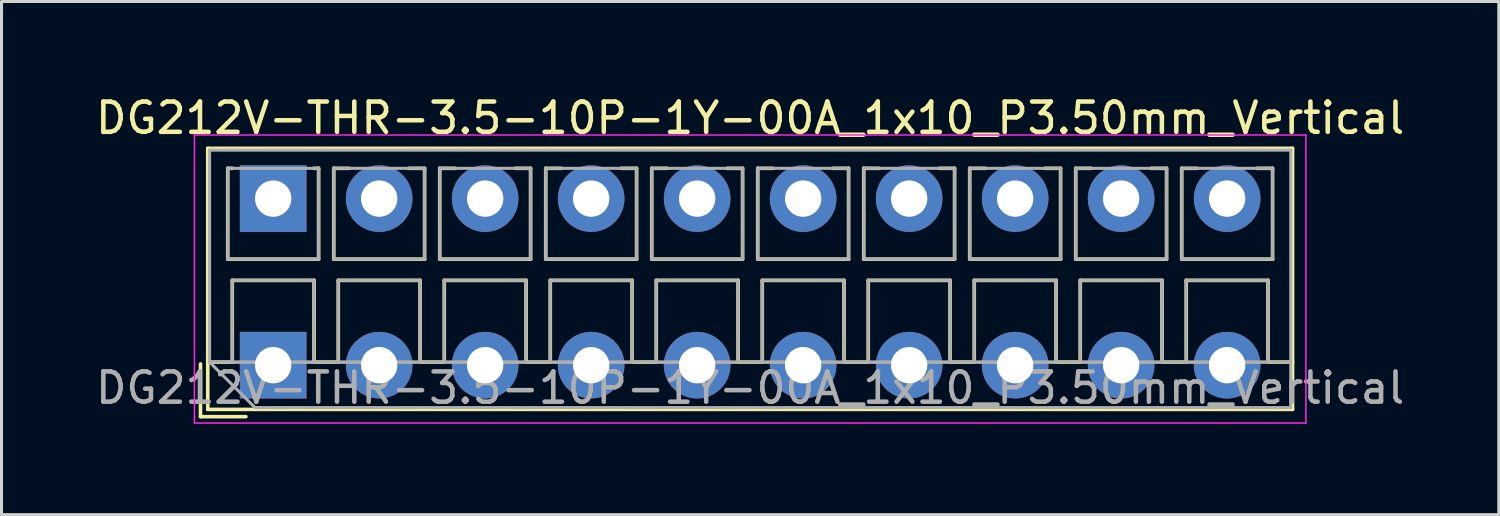
<source format=kicad_pcb>
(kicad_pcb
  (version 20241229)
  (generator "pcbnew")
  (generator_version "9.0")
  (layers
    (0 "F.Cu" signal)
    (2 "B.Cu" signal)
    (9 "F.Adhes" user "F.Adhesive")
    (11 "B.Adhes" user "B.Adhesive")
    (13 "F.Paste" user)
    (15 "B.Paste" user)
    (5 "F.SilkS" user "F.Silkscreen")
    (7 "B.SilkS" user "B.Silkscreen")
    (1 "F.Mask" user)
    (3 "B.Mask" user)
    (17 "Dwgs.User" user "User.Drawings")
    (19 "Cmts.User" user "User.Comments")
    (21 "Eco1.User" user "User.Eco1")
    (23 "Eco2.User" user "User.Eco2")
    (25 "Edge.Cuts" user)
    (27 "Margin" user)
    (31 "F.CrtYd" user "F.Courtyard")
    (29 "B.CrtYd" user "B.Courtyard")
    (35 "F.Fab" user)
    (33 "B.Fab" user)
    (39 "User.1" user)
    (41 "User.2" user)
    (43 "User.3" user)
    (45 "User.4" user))
  (footprint "DG212V-THR-3.5-10P-1Y-00A_1x10_P3.50mm_Vertical"
    (layer "F.Cu")
    (at 5.97 9.008)
    (property "Reference" "DG212V-THR-3.5-10P-1Y-00A_1x10_P3.50mm_Vertical" (at 15.75 -8.16 0) (layer "F.SilkS") (effects (font (size 1 1) (thickness 0.15))))
    (attr through_hole)
    (fp_line (start -2.4 -0.04) (end -2.4 1.7) (stroke (width 0.12) (type solid)) (layer "F.SilkS"))
    (fp_line (start -2.4 1.7) (end -0.9 1.7) (stroke (width 0.12) (type solid)) (layer "F.SilkS"))
    (fp_line (start -2.16 -7.16) (end -2.16 1.46) (stroke (width 0.12) (type solid)) (layer "F.SilkS"))
    (fp_line (start -2.16 -7.16) (end 33.66 -7.16) (stroke (width 0.12) (type solid)) (layer "F.SilkS"))
    (fp_line (start -2.16 -0.1) (end -1.34 -0.1) (stroke (width 0.12) (type solid)) (layer "F.SilkS"))
    (fp_line (start -2.16 1.46) (end 33.66 1.46) (stroke (width 0.12) (type solid)) (layer "F.SilkS"))
    (fp_line (start -1.5 -6.5) (end -1.5 -3.5) (stroke (width 0.12) (type solid)) (layer "F.SilkS"))
    (fp_line (start -1.5 -6.5) (end -1.34 -6.5) (stroke (width 0.12) (type solid)) (layer "F.SilkS"))
    (fp_line (start -1.5 -3.5) (end 1.5 -3.5) (stroke (width 0.12) (type solid)) (layer "F.SilkS"))
    (fp_line (start -1.35 -2.8) (end -1.35 -0.1) (stroke (width 0.12) (type solid)) (layer "F.SilkS"))
    (fp_line (start -1.35 -2.8) (end 1.35 -2.8) (stroke (width 0.12) (type solid)) (layer "F.SilkS"))
    (fp_line (start -1.35 -0.1) (end -1.34 -0.1) (stroke (width 0.12) (type solid)) (layer "F.SilkS"))
    (fp_line (start 1.34 -6.5) (end 1.5 -6.5) (stroke (width 0.12) (type solid)) (layer "F.SilkS"))
    (fp_line (start 1.34 -0.1) (end 1.35 -0.1) (stroke (width 0.12) (type solid)) (layer "F.SilkS"))
    (fp_line (start 1.34 -0.1) (end 2.148 -0.1) (stroke (width 0.12) (type solid)) (layer "F.SilkS"))
    (fp_line (start 1.35 -2.8) (end 1.35 -0.1) (stroke (width 0.12) (type solid)) (layer "F.SilkS"))
    (fp_line (start 1.5 -6.5) (end 1.5 -3.5) (stroke (width 0.12) (type solid)) (layer "F.SilkS"))
    (fp_line (start 2 -6.5) (end 2 -3.5) (stroke (width 0.12) (type solid)) (layer "F.SilkS"))
    (fp_line (start 2 -6.5) (end 2.512 -6.5) (stroke (width 0.12) (type solid)) (layer "F.SilkS"))
    (fp_line (start 2 -3.5) (end 5 -3.5) (stroke (width 0.12) (type solid)) (layer "F.SilkS"))
    (fp_line (start 2.15 -2.8) (end 2.15 -0.183) (stroke (width 0.12) (type solid)) (layer "F.SilkS"))
    (fp_line (start 2.15 -2.8) (end 4.85 -2.8) (stroke (width 0.12) (type solid)) (layer "F.SilkS"))
    (fp_line (start 4.489 -6.5) (end 5 -6.5) (stroke (width 0.12) (type solid)) (layer "F.SilkS"))
    (fp_line (start 4.85 -2.8) (end 4.85 -0.183) (stroke (width 0.12) (type solid)) (layer "F.SilkS"))
    (fp_line (start 4.853 -0.1) (end 5.648 -0.1) (stroke (width 0.12) (type solid)) (layer "F.SilkS"))
    (fp_line (start 5 -6.5) (end 5 -3.5) (stroke (width 0.12) (type solid)) (layer "F.SilkS"))
    (fp_line (start 5.5 -6.5) (end 5.5 -3.5) (stroke (width 0.12) (type solid)) (layer "F.SilkS"))
    (fp_line (start 5.5 -6.5) (end 6.012 -6.5) (stroke (width 0.12) (type solid)) (layer "F.SilkS"))
    (fp_line (start 5.5 -3.5) (end 8.5 -3.5) (stroke (width 0.12) (type solid)) (layer "F.SilkS"))
    (fp_line (start 5.65 -2.8) (end 5.65 -0.183) (stroke (width 0.12) (type solid)) (layer "F.SilkS"))
    (fp_line (start 5.65 -2.8) (end 8.351 -2.8) (stroke (width 0.12) (type solid)) (layer "F.SilkS"))
    (fp_line (start 7.989 -6.5) (end 8.5 -6.5) (stroke (width 0.12) (type solid)) (layer "F.SilkS"))
    (fp_line (start 8.351 -2.8) (end 8.351 -0.183) (stroke (width 0.12) (type solid)) (layer "F.SilkS"))
    (fp_line (start 8.353 -0.1) (end 9.148 -0.1) (stroke (width 0.12) (type solid)) (layer "F.SilkS"))
    (fp_line (start 8.5 -6.5) (end 8.5 -3.5) (stroke (width 0.12) (type solid)) (layer "F.SilkS"))
    (fp_line (start 9 -6.5) (end 9 -3.5) (stroke (width 0.12) (type solid)) (layer "F.SilkS"))
    (fp_line (start 9 -6.5) (end 9.512 -6.5) (stroke (width 0.12) (type solid)) (layer "F.SilkS"))
    (fp_line (start 9 -3.5) (end 12 -3.5) (stroke (width 0.12) (type solid)) (layer "F.SilkS"))
    (fp_line (start 9.15 -2.8) (end 9.15 -0.183) (stroke (width 0.12) (type solid)) (layer "F.SilkS"))
    (fp_line (start 9.15 -2.8) (end 11.851 -2.8) (stroke (width 0.12) (type solid)) (layer "F.SilkS"))
    (fp_line (start 11.489 -6.5) (end 12 -6.5) (stroke (width 0.12) (type solid)) (layer "F.SilkS"))
    (fp_line (start 11.851 -2.8) (end 11.851 -0.183) (stroke (width 0.12) (type solid)) (layer "F.SilkS"))
    (fp_line (start 11.853 -0.1) (end 12.648 -0.1) (stroke (width 0.12) (type solid)) (layer "F.SilkS"))
    (fp_line (start 12 -6.5) (end 12 -3.5) (stroke (width 0.12) (type solid)) (layer "F.SilkS"))
    (fp_line (start 12.5 -6.5) (end 12.5 -3.5) (stroke (width 0.12) (type solid)) (layer "F.SilkS"))
    (fp_line (start 12.5 -6.5) (end 13.012 -6.5) (stroke (width 0.12) (type solid)) (layer "F.SilkS"))
    (fp_line (start 12.5 -3.5) (end 15.5 -3.5) (stroke (width 0.12) (type solid)) (layer "F.SilkS"))
    (fp_line (start 12.65 -2.8) (end 12.65 -0.183) (stroke (width 0.12) (type solid)) (layer "F.SilkS"))
    (fp_line (start 12.65 -2.8) (end 15.351 -2.8) (stroke (width 0.12) (type solid)) (layer "F.SilkS"))
    (fp_line (start 14.989 -6.5) (end 15.5 -6.5) (stroke (width 0.12) (type solid)) (layer "F.SilkS"))
    (fp_line (start 15.351 -2.8) (end 15.351 -0.183) (stroke (width 0.12) (type solid)) (layer "F.SilkS"))
    (fp_line (start 15.353 -0.1) (end 16.148 -0.1) (stroke (width 0.12) (type solid)) (layer "F.SilkS"))
    (fp_line (start 15.5 -6.5) (end 15.5 -3.5) (stroke (width 0.12) (type solid)) (layer "F.SilkS"))
    (fp_line (start 16 -6.5) (end 16 -3.5) (stroke (width 0.12) (type solid)) (layer "F.SilkS"))
    (fp_line (start 16 -6.5) (end 16.512 -6.5) (stroke (width 0.12) (type solid)) (layer "F.SilkS"))
    (fp_line (start 16 -3.5) (end 19 -3.5) (stroke (width 0.12) (type solid)) (layer "F.SilkS"))
    (fp_line (start 16.15 -2.8) (end 16.15 -0.183) (stroke (width 0.12) (type solid)) (layer "F.SilkS"))
    (fp_line (start 16.15 -2.8) (end 18.85 -2.8) (stroke (width 0.12) (type solid)) (layer "F.SilkS"))
    (fp_line (start 18.489 -6.5) (end 19 -6.5) (stroke (width 0.12) (type solid)) (layer "F.SilkS"))
    (fp_line (start 18.85 -2.8) (end 18.85 -0.183) (stroke (width 0.12) (type solid)) (layer "F.SilkS"))
    (fp_line (start 18.853 -0.1) (end 19.648 -0.1) (stroke (width 0.12) (type solid)) (layer "F.SilkS"))
    (fp_line (start 19 -6.5) (end 19 -3.5) (stroke (width 0.12) (type solid)) (layer "F.SilkS"))
    (fp_line (start 19.5 -6.5) (end 19.5 -3.5) (stroke (width 0.12) (type solid)) (layer "F.SilkS"))
    (fp_line (start 19.5 -6.5) (end 20.012 -6.5) (stroke (width 0.12) (type solid)) (layer "F.SilkS"))
    (fp_line (start 19.5 -3.5) (end 22.5 -3.5) (stroke (width 0.12) (type solid)) (layer "F.SilkS"))
    (fp_line (start 19.65 -2.8) (end 19.65 -0.183) (stroke (width 0.12) (type solid)) (layer "F.SilkS"))
    (fp_line (start 19.65 -2.8) (end 22.35 -2.8) (stroke (width 0.12) (type solid)) (layer "F.SilkS"))
    (fp_line (start 21.989 -6.5) (end 22.5 -6.5) (stroke (width 0.12) (type solid)) (layer "F.SilkS"))
    (fp_line (start 22.35 -2.8) (end 22.35 -0.183) (stroke (width 0.12) (type solid)) (layer "F.SilkS"))
    (fp_line (start 22.353 -0.1) (end 23.148 -0.1) (stroke (width 0.12) (type solid)) (layer "F.SilkS"))
    (fp_line (start 22.5 -6.5) (end 22.5 -3.5) (stroke (width 0.12) (type solid)) (layer "F.SilkS"))
    (fp_line (start 23 -6.5) (end 23 -3.5) (stroke (width 0.12) (type solid)) (layer "F.SilkS"))
    (fp_line (start 23 -6.5) (end 23.512 -6.5) (stroke (width 0.12) (type solid)) (layer "F.SilkS"))
    (fp_line (start 23 -3.5) (end 26 -3.5) (stroke (width 0.12) (type solid)) (layer "F.SilkS"))
    (fp_line (start 23.15 -2.8) (end 23.15 -0.183) (stroke (width 0.12) (type solid)) (layer "F.SilkS"))
    (fp_line (start 23.15 -2.8) (end 25.85 -2.8) (stroke (width 0.12) (type solid)) (layer "F.SilkS"))
    (fp_line (start 25.489 -6.5) (end 26 -6.5) (stroke (width 0.12) (type solid)) (layer "F.SilkS"))
    (fp_line (start 25.85 -2.8) (end 25.85 -0.183) (stroke (width 0.12) (type solid)) (layer "F.SilkS"))
    (fp_line (start 25.853 -0.1) (end 26.648 -0.1) (stroke (width 0.12) (type solid)) (layer "F.SilkS"))
    (fp_line (start 26 -6.5) (end 26 -3.5) (stroke (width 0.12) (type solid)) (layer "F.SilkS"))
    (fp_line (start 26.5 -6.5) (end 26.5 -3.5) (stroke (width 0.12) (type solid)) (layer "F.SilkS"))
    (fp_line (start 26.5 -6.5) (end 27.012 -6.5) (stroke (width 0.12) (type solid)) (layer "F.SilkS"))
    (fp_line (start 26.5 -3.5) (end 29.5 -3.5) (stroke (width 0.12) (type solid)) (layer "F.SilkS"))
    (fp_line (start 26.65 -2.8) (end 26.65 -0.183) (stroke (width 0.12) (type solid)) (layer "F.SilkS"))
    (fp_line (start 26.65 -2.8) (end 29.35 -2.8) (stroke (width 0.12) (type solid)) (layer "F.SilkS"))
    (fp_line (start 28.989 -6.5) (end 29.5 -6.5) (stroke (width 0.12) (type solid)) (layer "F.SilkS"))
    (fp_line (start 29.35 -2.8) (end 29.35 -0.183) (stroke (width 0.12) (type solid)) (layer "F.SilkS"))
    (fp_line (start 29.353 -0.1) (end 30.148 -0.1) (stroke (width 0.12) (type solid)) (layer "F.SilkS"))
    (fp_line (start 29.5 -6.5) (end 29.5 -3.5) (stroke (width 0.12) (type solid)) (layer "F.SilkS"))
    (fp_line (start 30 -6.5) (end 30 -3.5) (stroke (width 0.12) (type solid)) (layer "F.SilkS"))
    (fp_line (start 30 -6.5) (end 30.512 -6.5) (stroke (width 0.12) (type solid)) (layer "F.SilkS"))
    (fp_line (start 30 -3.5) (end 33 -3.5) (stroke (width 0.12) (type solid)) (layer "F.SilkS"))
    (fp_line (start 30.15 -2.8) (end 30.15 -0.183) (stroke (width 0.12) (type solid)) (layer "F.SilkS"))
    (fp_line (start 30.15 -2.8) (end 32.85 -2.8) (stroke (width 0.12) (type solid)) (layer "F.SilkS"))
    (fp_line (start 32.489 -6.5) (end 33 -6.5) (stroke (width 0.12) (type solid)) (layer "F.SilkS"))
    (fp_line (start 32.85 -2.8) (end 32.85 -0.183) (stroke (width 0.12) (type solid)) (layer "F.SilkS"))
    (fp_line (start 32.853 -0.1) (end 33.66 -0.1) (stroke (width 0.12) (type solid)) (layer "F.SilkS"))
    (fp_line (start 33 -6.5) (end 33 -3.5) (stroke (width 0.12) (type solid)) (layer "F.SilkS"))
    (fp_line (start 33.66 -7.16) (end 33.66 1.46) (stroke (width 0.12) (type solid)) (layer "F.SilkS"))
    (fp_line (start -2.6 -7.6) (end -2.6 1.91) (stroke (width 0.05) (type solid)) (layer "F.CrtYd"))
    (fp_line (start -2.6 1.91) (end 34.1 1.91) (stroke (width 0.05) (type solid)) (layer "F.CrtYd"))
    (fp_line (start 34.1 -7.6) (end -2.6 -7.6) (stroke (width 0.05) (type solid)) (layer "F.CrtYd"))
    (fp_line (start 34.1 1.91) (end 34.1 -7.6) (stroke (width 0.05) (type solid)) (layer "F.CrtYd"))
    (fp_line (start -2.1 -7.1) (end 33.6 -7.1) (stroke (width 0.1) (type solid)) (layer "F.Fab"))
    (fp_line (start -2.1 -0.1) (end -2.1 -7.1) (stroke (width 0.1) (type solid)) (layer "F.Fab"))
    (fp_line (start -2.1 -0.1) (end 33.6 -0.1) (stroke (width 0.1) (type solid)) (layer "F.Fab"))
    (fp_line (start -1.5 -6.5) (end -1.5 -3.5) (stroke (width 0.1) (type solid)) (layer "F.Fab"))
    (fp_line (start -1.5 -3.5) (end 1.5 -3.5) (stroke (width 0.1) (type solid)) (layer "F.Fab"))
    (fp_line (start -1.35 -2.8) (end -1.35 -0.1) (stroke (width 0.1) (type solid)) (layer "F.Fab"))
    (fp_line (start -1.35 -0.1) (end 1.35 -0.1) (stroke (width 0.1) (type solid)) (layer "F.Fab"))
    (fp_line (start -0.6 1.4) (end -2.1 -0.1) (stroke (width 0.1) (type solid)) (layer "F.Fab"))
    (fp_line (start 1.35 -2.8) (end -1.35 -2.8) (stroke (width 0.1) (type solid)) (layer "F.Fab"))
    (fp_line (start 1.35 -0.1) (end 1.35 -2.8) (stroke (width 0.1) (type solid)) (layer "F.Fab"))
    (fp_line (start 1.5 -6.5) (end -1.5 -6.5) (stroke (width 0.1) (type solid)) (layer "F.Fab"))
    (fp_line (start 1.5 -3.5) (end 1.5 -6.5) (stroke (width 0.1) (type solid)) (layer "F.Fab"))
    (fp_line (start 2 -6.5) (end 2 -3.5) (stroke (width 0.1) (type solid)) (layer "F.Fab"))
    (fp_line (start 2 -3.5) (end 5 -3.5) (stroke (width 0.1) (type solid)) (layer "F.Fab"))
    (fp_line (start 2.15 -2.8) (end 2.15 -0.1) (stroke (width 0.1) (type solid)) (layer "F.Fab"))
    (fp_line (start 2.15 -0.1) (end 4.85 -0.1) (stroke (width 0.1) (type solid)) (layer "F.Fab"))
    (fp_line (start 4.85 -2.8) (end 2.15 -2.8) (stroke (width 0.1) (type solid)) (layer "F.Fab"))
    (fp_line (start 4.85 -0.1) (end 4.85 -2.8) (stroke (width 0.1) (type solid)) (layer "F.Fab"))
    (fp_line (start 5 -6.5) (end 2 -6.5) (stroke (width 0.1) (type solid)) (layer "F.Fab"))
    (fp_line (start 5 -3.5) (end 5 -6.5) (stroke (width 0.1) (type solid)) (layer "F.Fab"))
    (fp_line (start 5.5 -6.5) (end 5.5 -3.5) (stroke (width 0.1) (type solid)) (layer "F.Fab"))
    (fp_line (start 5.5 -3.5) (end 8.5 -3.5) (stroke (width 0.1) (type solid)) (layer "F.Fab"))
    (fp_line (start 5.65 -2.8) (end 5.65 -0.1) (stroke (width 0.1) (type solid)) (layer "F.Fab"))
    (fp_line (start 5.65 -0.1) (end 8.351 -0.1) (stroke (width 0.1) (type solid)) (layer "F.Fab"))
    (fp_line (start 8.351 -2.8) (end 5.65 -2.8) (stroke (width 0.1) (type solid)) (layer "F.Fab"))
    (fp_line (start 8.351 -0.1) (end 8.351 -2.8) (stroke (width 0.1) (type solid)) (layer "F.Fab"))
    (fp_line (start 8.5 -6.5) (end 5.5 -6.5) (stroke (width 0.1) (type solid)) (layer "F.Fab"))
    (fp_line (start 8.5 -3.5) (end 8.5 -6.5) (stroke (width 0.1) (type solid)) (layer "F.Fab"))
    (fp_line (start 9 -6.5) (end 9 -3.5) (stroke (width 0.1) (type solid)) (layer "F.Fab"))
    (fp_line (start 9 -3.5) (end 12 -3.5) (stroke (width 0.1) (type solid)) (layer "F.Fab"))
    (fp_line (start 9.15 -2.8) (end 9.15 -0.1) (stroke (width 0.1) (type solid)) (layer "F.Fab"))
    (fp_line (start 9.15 -0.1) (end 11.851 -0.1) (stroke (width 0.1) (type solid)) (layer "F.Fab"))
    (fp_line (start 11.851 -2.8) (end 9.15 -2.8) (stroke (width 0.1) (type solid)) (layer "F.Fab"))
    (fp_line (start 11.851 -0.1) (end 11.851 -2.8) (stroke (width 0.1) (type solid)) (layer "F.Fab"))
    (fp_line (start 12 -6.5) (end 9 -6.5) (stroke (width 0.1) (type solid)) (layer "F.Fab"))
    (fp_line (start 12 -3.5) (end 12 -6.5) (stroke (width 0.1) (type solid)) (layer "F.Fab"))
    (fp_line (start 12.5 -6.5) (end 12.5 -3.5) (stroke (width 0.1) (type solid)) (layer "F.Fab"))
    (fp_line (start 12.5 -3.5) (end 15.5 -3.5) (stroke (width 0.1) (type solid)) (layer "F.Fab"))
    (fp_line (start 12.65 -2.8) (end 12.65 -0.1) (stroke (width 0.1) (type solid)) (layer "F.Fab"))
    (fp_line (start 12.65 -0.1) (end 15.351 -0.1) (stroke (width 0.1) (type solid)) (layer "F.Fab"))
    (fp_line (start 15.351 -2.8) (end 12.65 -2.8) (stroke (width 0.1) (type solid)) (layer "F.Fab"))
    (fp_line (start 15.351 -0.1) (end 15.351 -2.8) (stroke (width 0.1) (type solid)) (layer "F.Fab"))
    (fp_line (start 15.5 -6.5) (end 12.5 -6.5) (stroke (width 0.1) (type solid)) (layer "F.Fab"))
    (fp_line (start 15.5 -3.5) (end 15.5 -6.5) (stroke (width 0.1) (type solid)) (layer "F.Fab"))
    (fp_line (start 16 -6.5) (end 16 -3.5) (stroke (width 0.1) (type solid)) (layer "F.Fab"))
    (fp_line (start 16 -3.5) (end 19 -3.5) (stroke (width 0.1) (type solid)) (layer "F.Fab"))
    (fp_line (start 16.15 -2.8) (end 16.15 -0.1) (stroke (width 0.1) (type solid)) (layer "F.Fab"))
    (fp_line (start 16.15 -0.1) (end 18.85 -0.1) (stroke (width 0.1) (type solid)) (layer "F.Fab"))
    (fp_line (start 18.85 -2.8) (end 16.15 -2.8) (stroke (width 0.1) (type solid)) (layer "F.Fab"))
    (fp_line (start 18.85 -0.1) (end 18.85 -2.8) (stroke (width 0.1) (type solid)) (layer "F.Fab"))
    (fp_line (start 19 -6.5) (end 16 -6.5) (stroke (width 0.1) (type solid)) (layer "F.Fab"))
    (fp_line (start 19 -3.5) (end 19 -6.5) (stroke (width 0.1) (type solid)) (layer "F.Fab"))
    (fp_line (start 19.5 -6.5) (end 19.5 -3.5) (stroke (width 0.1) (type solid)) (layer "F.Fab"))
    (fp_line (start 19.5 -3.5) (end 22.5 -3.5) (stroke (width 0.1) (type solid)) (layer "F.Fab"))
    (fp_line (start 19.65 -2.8) (end 19.65 -0.1) (stroke (width 0.1) (type solid)) (layer "F.Fab"))
    (fp_line (start 19.65 -0.1) (end 22.35 -0.1) (stroke (width 0.1) (type solid)) (layer "F.Fab"))
    (fp_line (start 22.35 -2.8) (end 19.65 -2.8) (stroke (width 0.1) (type solid)) (layer "F.Fab"))
    (fp_line (start 22.35 -0.1) (end 22.35 -2.8) (stroke (width 0.1) (type solid)) (layer "F.Fab"))
    (fp_line (start 22.5 -6.5) (end 19.5 -6.5) (stroke (width 0.1) (type solid)) (layer "F.Fab"))
    (fp_line (start 22.5 -3.5) (end 22.5 -6.5) (stroke (width 0.1) (type solid)) (layer "F.Fab"))
    (fp_line (start 23 -6.5) (end 23 -3.5) (stroke (width 0.1) (type solid)) (layer "F.Fab"))
    (fp_line (start 23 -3.5) (end 26 -3.5) (stroke (width 0.1) (type solid)) (layer "F.Fab"))
    (fp_line (start 23.15 -2.8) (end 23.15 -0.1) (stroke (width 0.1) (type solid)) (layer "F.Fab"))
    (fp_line (start 23.15 -0.1) (end 25.85 -0.1) (stroke (width 0.1) (type solid)) (layer "F.Fab"))
    (fp_line (start 25.85 -2.8) (end 23.15 -2.8) (stroke (width 0.1) (type solid)) (layer "F.Fab"))
    (fp_line (start 25.85 -0.1) (end 25.85 -2.8) (stroke (width 0.1) (type solid)) (layer "F.Fab"))
    (fp_line (start 26 -6.5) (end 23 -6.5) (stroke (width 0.1) (type solid)) (layer "F.Fab"))
    (fp_line (start 26 -3.5) (end 26 -6.5) (stroke (width 0.1) (type solid)) (layer "F.Fab"))
    (fp_line (start 26.5 -6.5) (end 26.5 -3.5) (stroke (width 0.1) (type solid)) (layer "F.Fab"))
    (fp_line (start 26.5 -3.5) (end 29.5 -3.5) (stroke (width 0.1) (type solid)) (layer "F.Fab"))
    (fp_line (start 26.65 -2.8) (end 26.65 -0.1) (stroke (width 0.1) (type solid)) (layer "F.Fab"))
    (fp_line (start 26.65 -0.1) (end 29.35 -0.1) (stroke (width 0.1) (type solid)) (layer "F.Fab"))
    (fp_line (start 29.35 -2.8) (end 26.65 -2.8) (stroke (width 0.1) (type solid)) (layer "F.Fab"))
    (fp_line (start 29.35 -0.1) (end 29.35 -2.8) (stroke (width 0.1) (type solid)) (layer "F.Fab"))
    (fp_line (start 29.5 -6.5) (end 26.5 -6.5) (stroke (width 0.1) (type solid)) (layer "F.Fab"))
    (fp_line (start 29.5 -3.5) (end 29.5 -6.5) (stroke (width 0.1) (type solid)) (layer "F.Fab"))
    (fp_line (start 30 -6.5) (end 30 -3.5) (stroke (width 0.1) (type solid)) (layer "F.Fab"))
    (fp_line (start 30 -3.5) (end 33 -3.5) (stroke (width 0.1) (type solid)) (layer "F.Fab"))
    (fp_line (start 30.15 -2.8) (end 30.15 -0.1) (stroke (width 0.1) (type solid)) (layer "F.Fab"))
    (fp_line (start 30.15 -0.1) (end 32.85 -0.1) (stroke (width 0.1) (type solid)) (layer "F.Fab"))
    (fp_line (start 32.85 -2.8) (end 30.15 -2.8) (stroke (width 0.1) (type solid)) (layer "F.Fab"))
    (fp_line (start 32.85 -0.1) (end 32.85 -2.8) (stroke (width 0.1) (type solid)) (layer "F.Fab"))
    (fp_line (start 33 -6.5) (end 30 -6.5) (stroke (width 0.1) (type solid)) (layer "F.Fab"))
    (fp_line (start 33 -3.5) (end 33 -6.5) (stroke (width 0.1) (type solid)) (layer "F.Fab"))
    (fp_line (start 33.6 -7.1) (end 33.6 1.4) (stroke (width 0.1) (type solid)) (layer "F.Fab"))
    (fp_line (start 33.6 1.4) (end -0.6 1.4) (stroke (width 0.1) (type solid)) (layer "F.Fab"))
    (fp_text user "${REFERENCE}" (at 15.75 0.75 0) (layer "F.Fab") (effects (font (size 1 1) (thickness 0.15))))
    (pad "1" thru_hole rect (at 0 -5.5) (size 2.2 2.2) (drill 1.2) (layers "*.Cu" "*.Mask"))
    (pad "1" thru_hole rect (at 0 0) (size 2.2 2.2) (drill 1.2) (layers "*.Cu" "*.Mask"))
    (pad "2" thru_hole circle (at 3.5 -5.5) (size 2.2 2.2) (drill 1.2) (layers "*.Cu" "*.Mask"))
    (pad "2" thru_hole circle (at 3.5 0) (size 2.2 2.2) (drill 1.2) (layers "*.Cu" "*.Mask"))
    (pad "3" thru_hole circle (at 7 -5.5) (size 2.2 2.2) (drill 1.2) (layers "*.Cu" "*.Mask"))
    (pad "3" thru_hole circle (at 7 0) (size 2.2 2.2) (drill 1.2) (layers "*.Cu" "*.Mask"))
    (pad "4" thru_hole circle (at 10.5 -5.5) (size 2.2 2.2) (drill 1.2) (layers "*.Cu" "*.Mask"))
    (pad "4" thru_hole circle (at 10.5 0) (size 2.2 2.2) (drill 1.2) (layers "*.Cu" "*.Mask"))
    (pad "5" thru_hole circle (at 14 -5.5) (size 2.2 2.2) (drill 1.2) (layers "*.Cu" "*.Mask"))
    (pad "5" thru_hole circle (at 14 0) (size 2.2 2.2) (drill 1.2) (layers "*.Cu" "*.Mask"))
    (pad "6" thru_hole circle (at 17.5 -5.5) (size 2.2 2.2) (drill 1.2) (layers "*.Cu" "*.Mask"))
    (pad "6" thru_hole circle (at 17.5 0) (size 2.2 2.2) (drill 1.2) (layers "*.Cu" "*.Mask"))
    (pad "7" thru_hole circle (at 21 -5.5) (size 2.2 2.2) (drill 1.2) (layers "*.Cu" "*.Mask"))
    (pad "7" thru_hole circle (at 21 0) (size 2.2 2.2) (drill 1.2) (layers "*.Cu" "*.Mask"))
    (pad "8" thru_hole circle (at 24.5 -5.5) (size 2.2 2.2) (drill 1.2) (layers "*.Cu" "*.Mask"))
    (pad "8" thru_hole circle (at 24.5 0) (size 2.2 2.2) (drill 1.2) (layers "*.Cu" "*.Mask"))
    (pad "9" thru_hole circle (at 28 -5.5) (size 2.2 2.2) (drill 1.2) (layers "*.Cu" "*.Mask"))
    (pad "9" thru_hole circle (at 28 0) (size 2.2 2.2) (drill 1.2) (layers "*.Cu" "*.Mask"))
    (pad "10" thru_hole circle (at 31.5 -5.5) (size 2.2 2.2) (drill 1.2) (layers "*.Cu" "*.Mask"))
    (pad "10" thru_hole circle (at 31.5 0) (size 2.2 2.2) (drill 1.2) (layers "*.Cu" "*.Mask")))
  (gr_rect
    (start -3 -3)
    (end 46.44 13.943)
    (stroke (width 0.1) (type default))
    (fill no)
    (layer "Edge.Cuts")))
</source>
